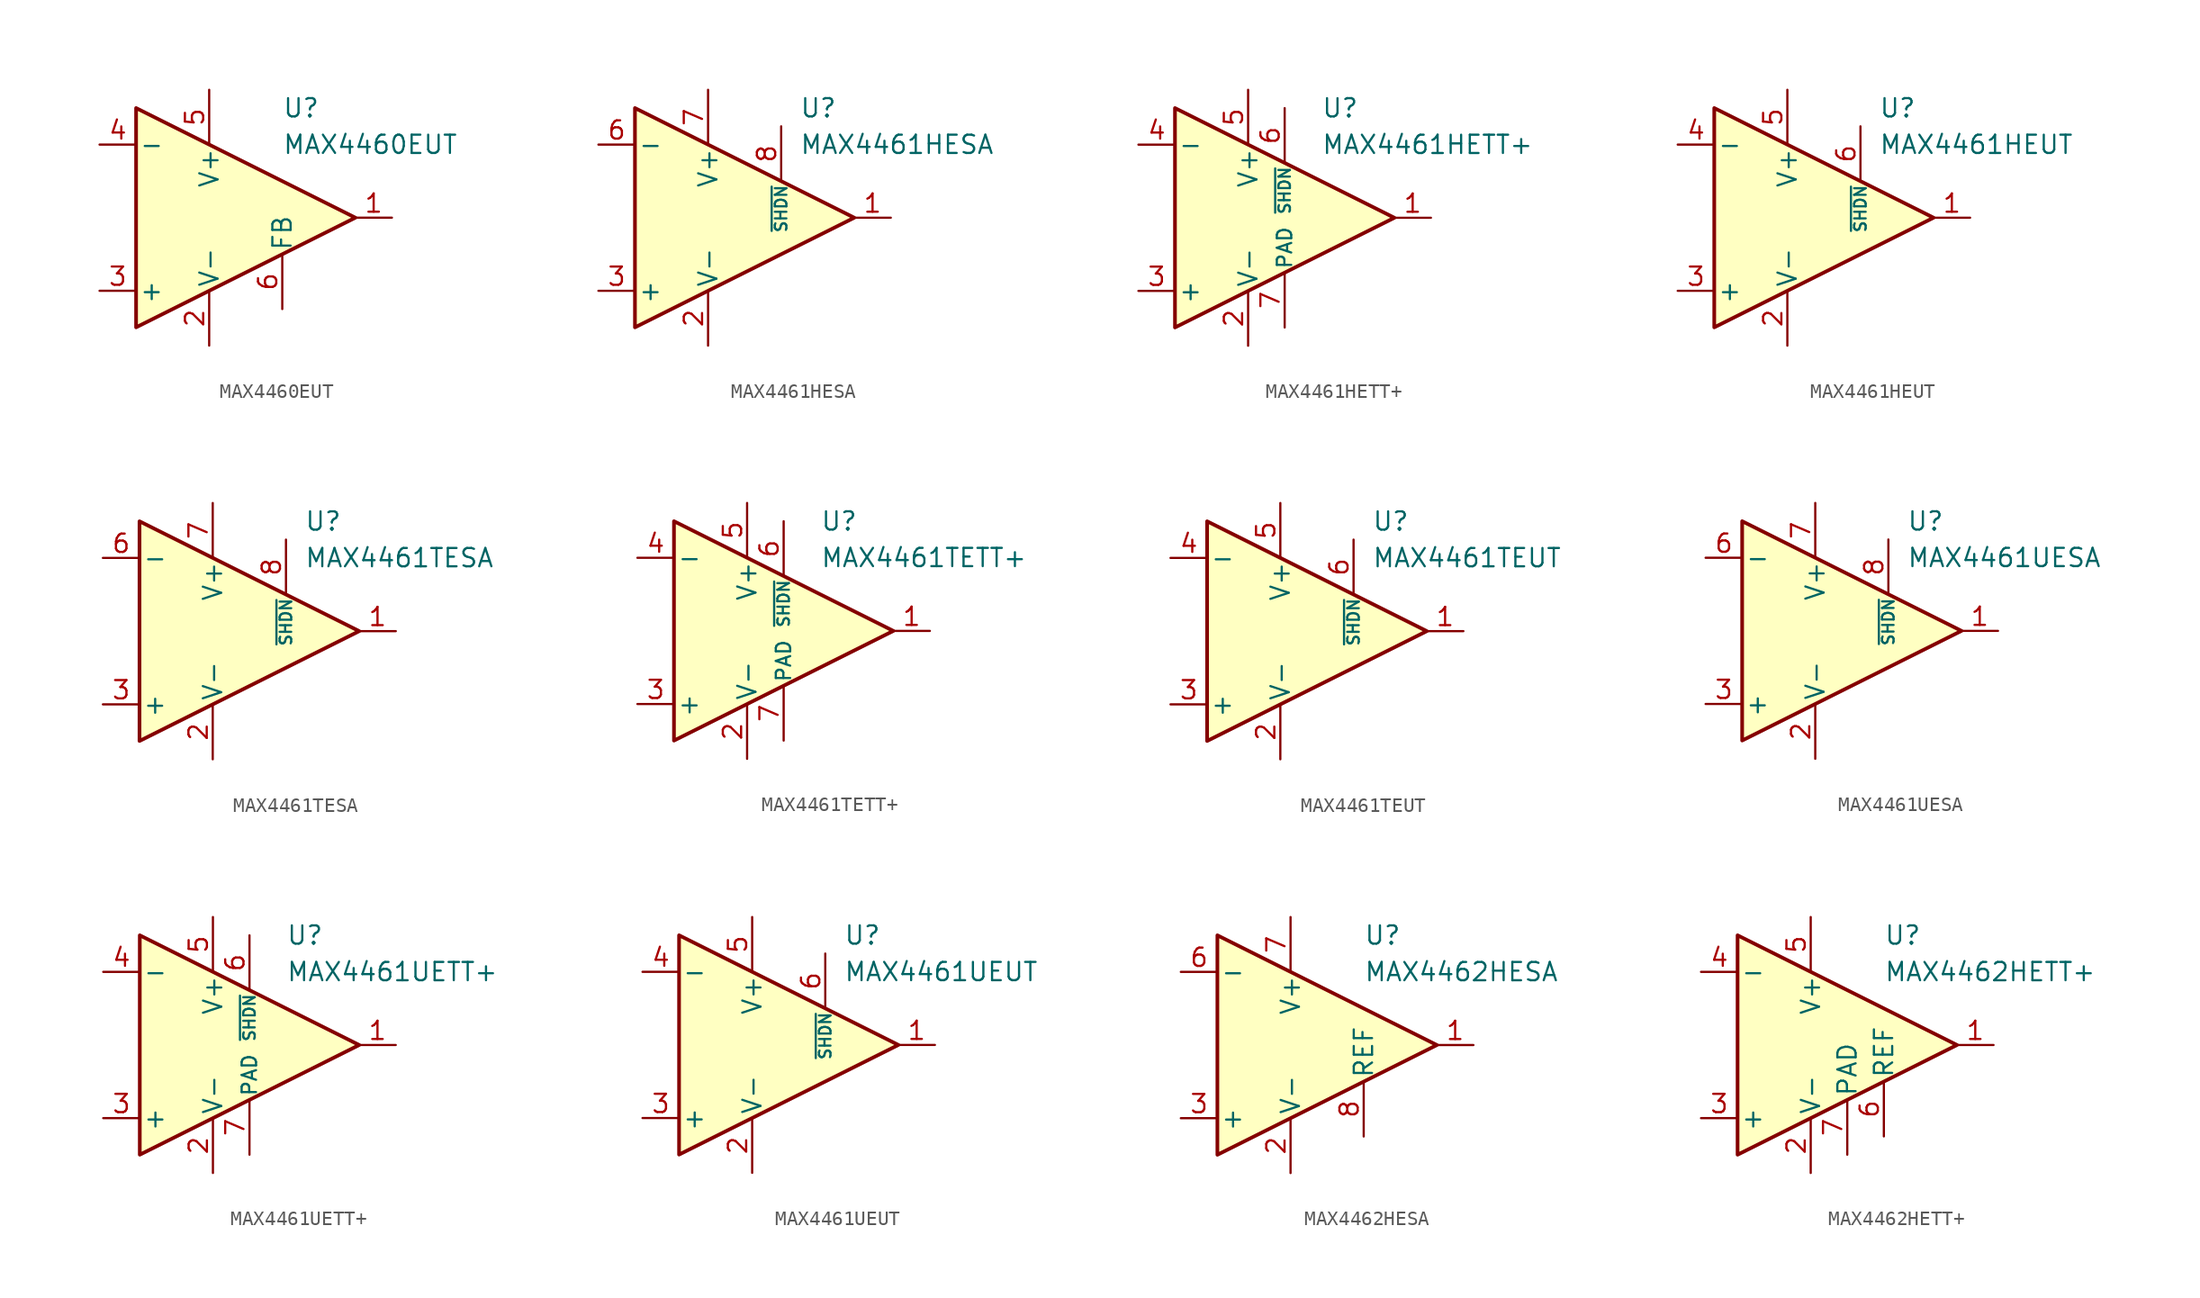
<source format=kicad_sym>
(kicad_symbol_lib
  (version 20231120)
  (generator "kicad_symbol_editor")
  (generator_version "8.0")
  (symbol "MAX4460EUT"
    (pin_names
      (offset 0.2))
    (property "Reference" "U"
      (at 6.35 7.62 0)
      (effects (font (size 1.27 1.27)) (justify left)))
    (property "Value" "MAX4460EUT"
      (at 6.35 5.08 0)
      (effects (font (size 1.27 1.27)) (justify left)))
    (symbol "MAX4460EUT_0_1"
      (polyline (pts (xy -3.81 7.62) (xy -3.81 -7.62) (xy 11.43 0) (xy -3.81 7.62)) (stroke (width 0.254) (type default)) (fill (type background))))
    (symbol "MAX4460EUT_1_1"
      (pin output line (at 13.97 0 180) (length 2.54) (name "~" (effects (font (size 1.27 1.27)))) (number "1" (effects (font (size 1.27 1.27)))))
      (pin power_in line (at 1.27 -8.89 90) (length 3.81) (name "V-" (effects (font (size 1.27 1.27)))) (number "2" (effects (font (size 1.27 1.27)))))
      (pin input line (at -6.35 -5.08 0) (length 2.54) (name "+" (effects (font (size 1.27 1.27)))) (number "3" (effects (font (size 1.27 1.27)))))
      (pin input line (at -6.35 5.08 0) (length 2.54) (name "-" (effects (font (size 1.27 1.27)))) (number "4" (effects (font (size 1.27 1.27)))))
      (pin power_in line (at 1.27 8.89 270) (length 3.81) (name "V+" (effects (font (size 1.27 1.27)))) (number "5" (effects (font (size 1.27 1.27)))))
      (pin input line (at 6.35 -6.35 90) (length 3.81) (name "FB" (effects (font (size 1.27 1.27)))) (number "6" (effects (font (size 1.27 1.27)))))))
  (symbol "MAX4461HESA"
    (pin_names
      (offset 0.2))
    (property "Reference" "U"
      (at 7.62 7.62 0)
      (effects (font (size 1.27 1.27)) (justify left)))
    (property "Value" "MAX4461HESA"
      (at 7.62 5.08 0)
      (effects (font (size 1.27 1.27)) (justify left)))
    (symbol "MAX4461HESA_0_1"
      (polyline (pts (xy -3.81 7.62) (xy -3.81 -7.62) (xy 11.43 0) (xy -3.81 7.62)) (stroke (width 0.254) (type default)) (fill (type background))))
    (symbol "MAX4461HESA_1_1"
      (pin output line (at 13.97 0 180) (length 2.54) (name "~" (effects (font (size 1.27 1.27)))) (number "1" (effects (font (size 1.27 1.27)))))
      (pin power_in line (at 1.27 -8.89 90) (length 3.81) (name "V-" (effects (font (size 1.27 1.27)))) (number "2" (effects (font (size 1.27 1.27)))))
      (pin input line (at -6.35 -5.08 0) (length 2.54) (name "+" (effects (font (size 1.27 1.27)))) (number "3" (effects (font (size 1.27 1.27)))))
      (pin free line (at -1.27 1.27 0) (length 2.54) hide (name "NC" (effects (font (size 1.27 1.27)))) (number "4" (effects (font (size 1.27 1.27)))))
      (pin free line (at -1.27 -1.27 0) (length 2.54) hide (name "NC" (effects (font (size 1.27 1.27)))) (number "5" (effects (font (size 1.27 1.27)))))
      (pin input line (at -6.35 5.08 0) (length 2.54) (name "-" (effects (font (size 1.27 1.27)))) (number "6" (effects (font (size 1.27 1.27)))))
      (pin power_in line (at 1.27 8.89 270) (length 3.81) (name "V+" (effects (font (size 1.27 1.27)))) (number "7" (effects (font (size 1.27 1.27)))))
      (pin input line (at 6.35 6.35 270) (length 3.81) (name "~{SHDN}" (effects (font (size 0.8 0.8)))) (number "8" (effects (font (size 1.27 1.27)))))))
  (symbol "MAX4461HETT+"
    (pin_names
      (offset 0.2))
    (property "Reference" "U"
      (at 6.35 7.62 0)
      (effects (font (size 1.27 1.27)) (justify left)))
    (property "Value" "MAX4461HETT+"
      (at 6.35 5.08 0)
      (effects (font (size 1.27 1.27)) (justify left)))
    (symbol "MAX4461HETT+_0_1"
      (polyline (pts (xy -3.81 7.62) (xy -3.81 -7.62) (xy 11.43 0) (xy -3.81 7.62)) (stroke (width 0.254) (type default)) (fill (type background))))
    (symbol "MAX4461HETT+_1_1"
      (pin output line (at 13.97 0 180) (length 2.54) (name "~" (effects (font (size 1.27 1.27)))) (number "1" (effects (font (size 1.27 1.27)))))
      (pin power_in line (at 1.27 -8.89 90) (length 3.81) (name "V-" (effects (font (size 1.27 1.27)))) (number "2" (effects (font (size 1.27 1.27)))))
      (pin input line (at -6.35 -5.08 0) (length 2.54) (name "+" (effects (font (size 1.27 1.27)))) (number "3" (effects (font (size 1.27 1.27)))))
      (pin input line (at -6.35 5.08 0) (length 2.54) (name "-" (effects (font (size 1.27 1.27)))) (number "4" (effects (font (size 1.27 1.27)))))
      (pin power_in line (at 1.27 8.89 270) (length 3.81) (name "V+" (effects (font (size 1.27 1.27)))) (number "5" (effects (font (size 1.27 1.27)))))
      (pin input line (at 3.81 7.62 270) (length 3.81) (name "~{SHDN}" (effects (font (size 0.8 0.8)))) (number "6" (effects (font (size 1.27 1.27)))))
      (pin power_in line (at 3.81 -7.62 90) (length 3.81) (name "PAD" (effects (font (size 1 1)))) (number "7" (effects (font (size 1.27 1.27)))))))
  (symbol "MAX4461HEUT"
    (pin_names
      (offset 0.2))
    (property "Reference" "U"
      (at 7.62 7.62 0)
      (effects (font (size 1.27 1.27)) (justify left)))
    (property "Value" "MAX4461HEUT"
      (at 7.62 5.08 0)
      (effects (font (size 1.27 1.27)) (justify left)))
    (symbol "MAX4461HEUT_0_1"
      (polyline (pts (xy -3.81 7.62) (xy -3.81 -7.62) (xy 11.43 0) (xy -3.81 7.62)) (stroke (width 0.254) (type default)) (fill (type background))))
    (symbol "MAX4461HEUT_1_1"
      (pin output line (at 13.97 0 180) (length 2.54) (name "~" (effects (font (size 1.27 1.27)))) (number "1" (effects (font (size 1.27 1.27)))))
      (pin power_in line (at 1.27 -8.89 90) (length 3.81) (name "V-" (effects (font (size 1.27 1.27)))) (number "2" (effects (font (size 1.27 1.27)))))
      (pin input line (at -6.35 -5.08 0) (length 2.54) (name "+" (effects (font (size 1.27 1.27)))) (number "3" (effects (font (size 1.27 1.27)))))
      (pin input line (at -6.35 5.08 0) (length 2.54) (name "-" (effects (font (size 1.27 1.27)))) (number "4" (effects (font (size 1.27 1.27)))))
      (pin power_in line (at 1.27 8.89 270) (length 3.81) (name "V+" (effects (font (size 1.27 1.27)))) (number "5" (effects (font (size 1.27 1.27)))))
      (pin input line (at 6.35 6.35 270) (length 3.81) (name "~{SHDN}" (effects (font (size 0.8 0.8)))) (number "6" (effects (font (size 1.27 1.27)))))))
  (symbol "MAX4461TESA"
    (pin_names
      (offset 0.2))
    (property "Reference" "U"
      (at 7.62 7.62 0)
      (effects (font (size 1.27 1.27)) (justify left)))
    (property "Value" "MAX4461TESA"
      (at 7.62 5.08 0)
      (effects (font (size 1.27 1.27)) (justify left)))
    (symbol "MAX4461TESA_0_1"
      (polyline (pts (xy -3.81 7.62) (xy -3.81 -7.62) (xy 11.43 0) (xy -3.81 7.62)) (stroke (width 0.254) (type default)) (fill (type background))))
    (symbol "MAX4461TESA_1_1"
      (pin output line (at 13.97 0 180) (length 2.54) (name "~" (effects (font (size 1.27 1.27)))) (number "1" (effects (font (size 1.27 1.27)))))
      (pin power_in line (at 1.27 -8.89 90) (length 3.81) (name "V-" (effects (font (size 1.27 1.27)))) (number "2" (effects (font (size 1.27 1.27)))))
      (pin input line (at -6.35 -5.08 0) (length 2.54) (name "+" (effects (font (size 1.27 1.27)))) (number "3" (effects (font (size 1.27 1.27)))))
      (pin free line (at -1.27 1.27 0) (length 2.54) hide (name "NC" (effects (font (size 1.27 1.27)))) (number "4" (effects (font (size 1.27 1.27)))))
      (pin free line (at -1.27 -1.27 0) (length 2.54) hide (name "NC" (effects (font (size 1.27 1.27)))) (number "5" (effects (font (size 1.27 1.27)))))
      (pin input line (at -6.35 5.08 0) (length 2.54) (name "-" (effects (font (size 1.27 1.27)))) (number "6" (effects (font (size 1.27 1.27)))))
      (pin power_in line (at 1.27 8.89 270) (length 3.81) (name "V+" (effects (font (size 1.27 1.27)))) (number "7" (effects (font (size 1.27 1.27)))))
      (pin input line (at 6.35 6.35 270) (length 3.81) (name "~{SHDN}" (effects (font (size 0.8 0.8)))) (number "8" (effects (font (size 1.27 1.27)))))))
  (symbol "MAX4461TETT+"
    (pin_names
      (offset 0.2))
    (property "Reference" "U"
      (at 6.35 7.62 0)
      (effects (font (size 1.27 1.27)) (justify left)))
    (property "Value" "MAX4461TETT+"
      (at 6.35 5.08 0)
      (effects (font (size 1.27 1.27)) (justify left)))
    (symbol "MAX4461TETT+_0_1"
      (polyline (pts (xy -3.81 7.62) (xy -3.81 -7.62) (xy 11.43 0) (xy -3.81 7.62)) (stroke (width 0.254) (type default)) (fill (type background))))
    (symbol "MAX4461TETT+_1_1"
      (pin output line (at 13.97 0 180) (length 2.54) (name "~" (effects (font (size 1.27 1.27)))) (number "1" (effects (font (size 1.27 1.27)))))
      (pin power_in line (at 1.27 -8.89 90) (length 3.81) (name "V-" (effects (font (size 1.27 1.27)))) (number "2" (effects (font (size 1.27 1.27)))))
      (pin input line (at -6.35 -5.08 0) (length 2.54) (name "+" (effects (font (size 1.27 1.27)))) (number "3" (effects (font (size 1.27 1.27)))))
      (pin input line (at -6.35 5.08 0) (length 2.54) (name "-" (effects (font (size 1.27 1.27)))) (number "4" (effects (font (size 1.27 1.27)))))
      (pin power_in line (at 1.27 8.89 270) (length 3.81) (name "V+" (effects (font (size 1.27 1.27)))) (number "5" (effects (font (size 1.27 1.27)))))
      (pin input line (at 3.81 7.62 270) (length 3.81) (name "~{SHDN}" (effects (font (size 0.8 0.8)))) (number "6" (effects (font (size 1.27 1.27)))))
      (pin power_in line (at 3.81 -7.62 90) (length 3.81) (name "PAD" (effects (font (size 1 1)))) (number "7" (effects (font (size 1.27 1.27)))))))
  (symbol "MAX4461TEUT"
    (pin_names
      (offset 0.2))
    (property "Reference" "U"
      (at 7.62 7.62 0)
      (effects (font (size 1.27 1.27)) (justify left)))
    (property "Value" "MAX4461TEUT"
      (at 7.62 5.08 0)
      (effects (font (size 1.27 1.27)) (justify left)))
    (symbol "MAX4461TEUT_0_1"
      (polyline (pts (xy -3.81 7.62) (xy -3.81 -7.62) (xy 11.43 0) (xy -3.81 7.62)) (stroke (width 0.254) (type default)) (fill (type background))))
    (symbol "MAX4461TEUT_1_1"
      (pin output line (at 13.97 0 180) (length 2.54) (name "~" (effects (font (size 1.27 1.27)))) (number "1" (effects (font (size 1.27 1.27)))))
      (pin power_in line (at 1.27 -8.89 90) (length 3.81) (name "V-" (effects (font (size 1.27 1.27)))) (number "2" (effects (font (size 1.27 1.27)))))
      (pin input line (at -6.35 -5.08 0) (length 2.54) (name "+" (effects (font (size 1.27 1.27)))) (number "3" (effects (font (size 1.27 1.27)))))
      (pin input line (at -6.35 5.08 0) (length 2.54) (name "-" (effects (font (size 1.27 1.27)))) (number "4" (effects (font (size 1.27 1.27)))))
      (pin power_in line (at 1.27 8.89 270) (length 3.81) (name "V+" (effects (font (size 1.27 1.27)))) (number "5" (effects (font (size 1.27 1.27)))))
      (pin input line (at 6.35 6.35 270) (length 3.81) (name "~{SHDN}" (effects (font (size 0.8 0.8)))) (number "6" (effects (font (size 1.27 1.27)))))))
  (symbol "MAX4461UESA"
    (pin_names
      (offset 0.2))
    (property "Reference" "U"
      (at 7.62 7.62 0)
      (effects (font (size 1.27 1.27)) (justify left)))
    (property "Value" "MAX4461UESA"
      (at 7.62 5.08 0)
      (effects (font (size 1.27 1.27)) (justify left)))
    (symbol "MAX4461UESA_0_1"
      (polyline (pts (xy -3.81 7.62) (xy -3.81 -7.62) (xy 11.43 0) (xy -3.81 7.62)) (stroke (width 0.254) (type default)) (fill (type background))))
    (symbol "MAX4461UESA_1_1"
      (pin output line (at 13.97 0 180) (length 2.54) (name "~" (effects (font (size 1.27 1.27)))) (number "1" (effects (font (size 1.27 1.27)))))
      (pin power_in line (at 1.27 -8.89 90) (length 3.81) (name "V-" (effects (font (size 1.27 1.27)))) (number "2" (effects (font (size 1.27 1.27)))))
      (pin input line (at -6.35 -5.08 0) (length 2.54) (name "+" (effects (font (size 1.27 1.27)))) (number "3" (effects (font (size 1.27 1.27)))))
      (pin free line (at -1.27 1.27 0) (length 2.54) hide (name "NC" (effects (font (size 1.27 1.27)))) (number "4" (effects (font (size 1.27 1.27)))))
      (pin free line (at -1.27 -1.27 0) (length 2.54) hide (name "NC" (effects (font (size 1.27 1.27)))) (number "5" (effects (font (size 1.27 1.27)))))
      (pin input line (at -6.35 5.08 0) (length 2.54) (name "-" (effects (font (size 1.27 1.27)))) (number "6" (effects (font (size 1.27 1.27)))))
      (pin power_in line (at 1.27 8.89 270) (length 3.81) (name "V+" (effects (font (size 1.27 1.27)))) (number "7" (effects (font (size 1.27 1.27)))))
      (pin input line (at 6.35 6.35 270) (length 3.81) (name "~{SHDN}" (effects (font (size 0.8 0.8)))) (number "8" (effects (font (size 1.27 1.27)))))))
  (symbol "MAX4461UETT+"
    (pin_names
      (offset 0.2))
    (property "Reference" "U"
      (at 6.35 7.62 0)
      (effects (font (size 1.27 1.27)) (justify left)))
    (property "Value" "MAX4461UETT+"
      (at 6.35 5.08 0)
      (effects (font (size 1.27 1.27)) (justify left)))
    (symbol "MAX4461UETT+_0_1"
      (polyline (pts (xy -3.81 7.62) (xy -3.81 -7.62) (xy 11.43 0) (xy -3.81 7.62)) (stroke (width 0.254) (type default)) (fill (type background))))
    (symbol "MAX4461UETT+_1_1"
      (pin output line (at 13.97 0 180) (length 2.54) (name "~" (effects (font (size 1.27 1.27)))) (number "1" (effects (font (size 1.27 1.27)))))
      (pin power_in line (at 1.27 -8.89 90) (length 3.81) (name "V-" (effects (font (size 1.27 1.27)))) (number "2" (effects (font (size 1.27 1.27)))))
      (pin input line (at -6.35 -5.08 0) (length 2.54) (name "+" (effects (font (size 1.27 1.27)))) (number "3" (effects (font (size 1.27 1.27)))))
      (pin input line (at -6.35 5.08 0) (length 2.54) (name "-" (effects (font (size 1.27 1.27)))) (number "4" (effects (font (size 1.27 1.27)))))
      (pin power_in line (at 1.27 8.89 270) (length 3.81) (name "V+" (effects (font (size 1.27 1.27)))) (number "5" (effects (font (size 1.27 1.27)))))
      (pin input line (at 3.81 7.62 270) (length 3.81) (name "~{SHDN}" (effects (font (size 0.8 0.8)))) (number "6" (effects (font (size 1.27 1.27)))))
      (pin power_in line (at 3.81 -7.62 90) (length 3.81) (name "PAD" (effects (font (size 1 1)))) (number "7" (effects (font (size 1.27 1.27)))))))
  (symbol "MAX4461UEUT"
    (pin_names
      (offset 0.2))
    (property "Reference" "U"
      (at 7.62 7.62 0)
      (effects (font (size 1.27 1.27)) (justify left)))
    (property "Value" "MAX4461UEUT"
      (at 7.62 5.08 0)
      (effects (font (size 1.27 1.27)) (justify left)))
    (symbol "MAX4461UEUT_0_1"
      (polyline (pts (xy -3.81 7.62) (xy -3.81 -7.62) (xy 11.43 0) (xy -3.81 7.62)) (stroke (width 0.254) (type default)) (fill (type background))))
    (symbol "MAX4461UEUT_1_1"
      (pin output line (at 13.97 0 180) (length 2.54) (name "~" (effects (font (size 1.27 1.27)))) (number "1" (effects (font (size 1.27 1.27)))))
      (pin power_in line (at 1.27 -8.89 90) (length 3.81) (name "V-" (effects (font (size 1.27 1.27)))) (number "2" (effects (font (size 1.27 1.27)))))
      (pin input line (at -6.35 -5.08 0) (length 2.54) (name "+" (effects (font (size 1.27 1.27)))) (number "3" (effects (font (size 1.27 1.27)))))
      (pin input line (at -6.35 5.08 0) (length 2.54) (name "-" (effects (font (size 1.27 1.27)))) (number "4" (effects (font (size 1.27 1.27)))))
      (pin power_in line (at 1.27 8.89 270) (length 3.81) (name "V+" (effects (font (size 1.27 1.27)))) (number "5" (effects (font (size 1.27 1.27)))))
      (pin input line (at 6.35 6.35 270) (length 3.81) (name "~{SHDN}" (effects (font (size 0.8 0.8)))) (number "6" (effects (font (size 1.27 1.27)))))))
  (symbol "MAX4462HESA"
    (pin_names
      (offset 0.2))
    (property "Reference" "U"
      (at 6.35 7.62 0)
      (effects (font (size 1.27 1.27)) (justify left)))
    (property "Value" "MAX4462HESA"
      (at 6.35 5.08 0)
      (effects (font (size 1.27 1.27)) (justify left)))
    (symbol "MAX4462HESA_0_1"
      (polyline (pts (xy -3.81 7.62) (xy -3.81 -7.62) (xy 11.43 0) (xy -3.81 7.62)) (stroke (width 0.254) (type default)) (fill (type background))))
    (symbol "MAX4462HESA_1_1"
      (pin output line (at 13.97 0 180) (length 2.54) (name "~" (effects (font (size 1.27 1.27)))) (number "1" (effects (font (size 1.27 1.27)))))
      (pin power_in line (at 1.27 -8.89 90) (length 3.81) (name "V-" (effects (font (size 1.27 1.27)))) (number "2" (effects (font (size 1.27 1.27)))))
      (pin input line (at -6.35 -5.08 0) (length 2.54) (name "+" (effects (font (size 1.27 1.27)))) (number "3" (effects (font (size 1.27 1.27)))))
      (pin free line (at -1.27 1.27 0) (length 2.54) hide (name "NC" (effects (font (size 1.27 1.27)))) (number "4" (effects (font (size 1.27 1.27)))))
      (pin free line (at -1.27 -1.27 0) (length 2.54) hide (name "NC" (effects (font (size 1.27 1.27)))) (number "5" (effects (font (size 1.27 1.27)))))
      (pin input line (at -6.35 5.08 0) (length 2.54) (name "-" (effects (font (size 1.27 1.27)))) (number "6" (effects (font (size 1.27 1.27)))))
      (pin power_in line (at 1.27 8.89 270) (length 3.81) (name "V+" (effects (font (size 1.27 1.27)))) (number "7" (effects (font (size 1.27 1.27)))))
      (pin input line (at 6.35 -6.35 90) (length 3.81) (name "REF" (effects (font (size 1.27 1.27)))) (number "8" (effects (font (size 1.27 1.27)))))))
  (symbol "MAX4462HETT+"
    (pin_names
      (offset 0.2))
    (property "Reference" "U"
      (at 6.35 7.62 0)
      (effects (font (size 1.27 1.27)) (justify left)))
    (property "Value" "MAX4462HETT+"
      (at 6.35 5.08 0)
      (effects (font (size 1.27 1.27)) (justify left)))
    (symbol "MAX4462HETT+_0_1"
      (polyline (pts (xy -3.81 7.62) (xy -3.81 -7.62) (xy 11.43 0) (xy -3.81 7.62)) (stroke (width 0.254) (type default)) (fill (type background))))
    (symbol "MAX4462HETT+_1_1"
      (pin output line (at 13.97 0 180) (length 2.54) (name "~" (effects (font (size 1.27 1.27)))) (number "1" (effects (font (size 1.27 1.27)))))
      (pin power_in line (at 1.27 -8.89 90) (length 3.81) (name "V-" (effects (font (size 1.27 1.27)))) (number "2" (effects (font (size 1.27 1.27)))))
      (pin input line (at -6.35 -5.08 0) (length 2.54) (name "+" (effects (font (size 1.27 1.27)))) (number "3" (effects (font (size 1.27 1.27)))))
      (pin input line (at -6.35 5.08 0) (length 2.54) (name "-" (effects (font (size 1.27 1.27)))) (number "4" (effects (font (size 1.27 1.27)))))
      (pin power_in line (at 1.27 8.89 270) (length 3.81) (name "V+" (effects (font (size 1.27 1.27)))) (number "5" (effects (font (size 1.27 1.27)))))
      (pin input line (at 6.35 -6.35 90) (length 3.81) (name "REF" (effects (font (size 1.27 1.27)))) (number "6" (effects (font (size 1.27 1.27)))))
      (pin power_in line (at 3.81 -7.62 90) (length 3.81) (name "PAD" (effects (font (size 1.27 1.27)))) (number "7" (effects (font (size 1.27 1.27))))))))
</source>
